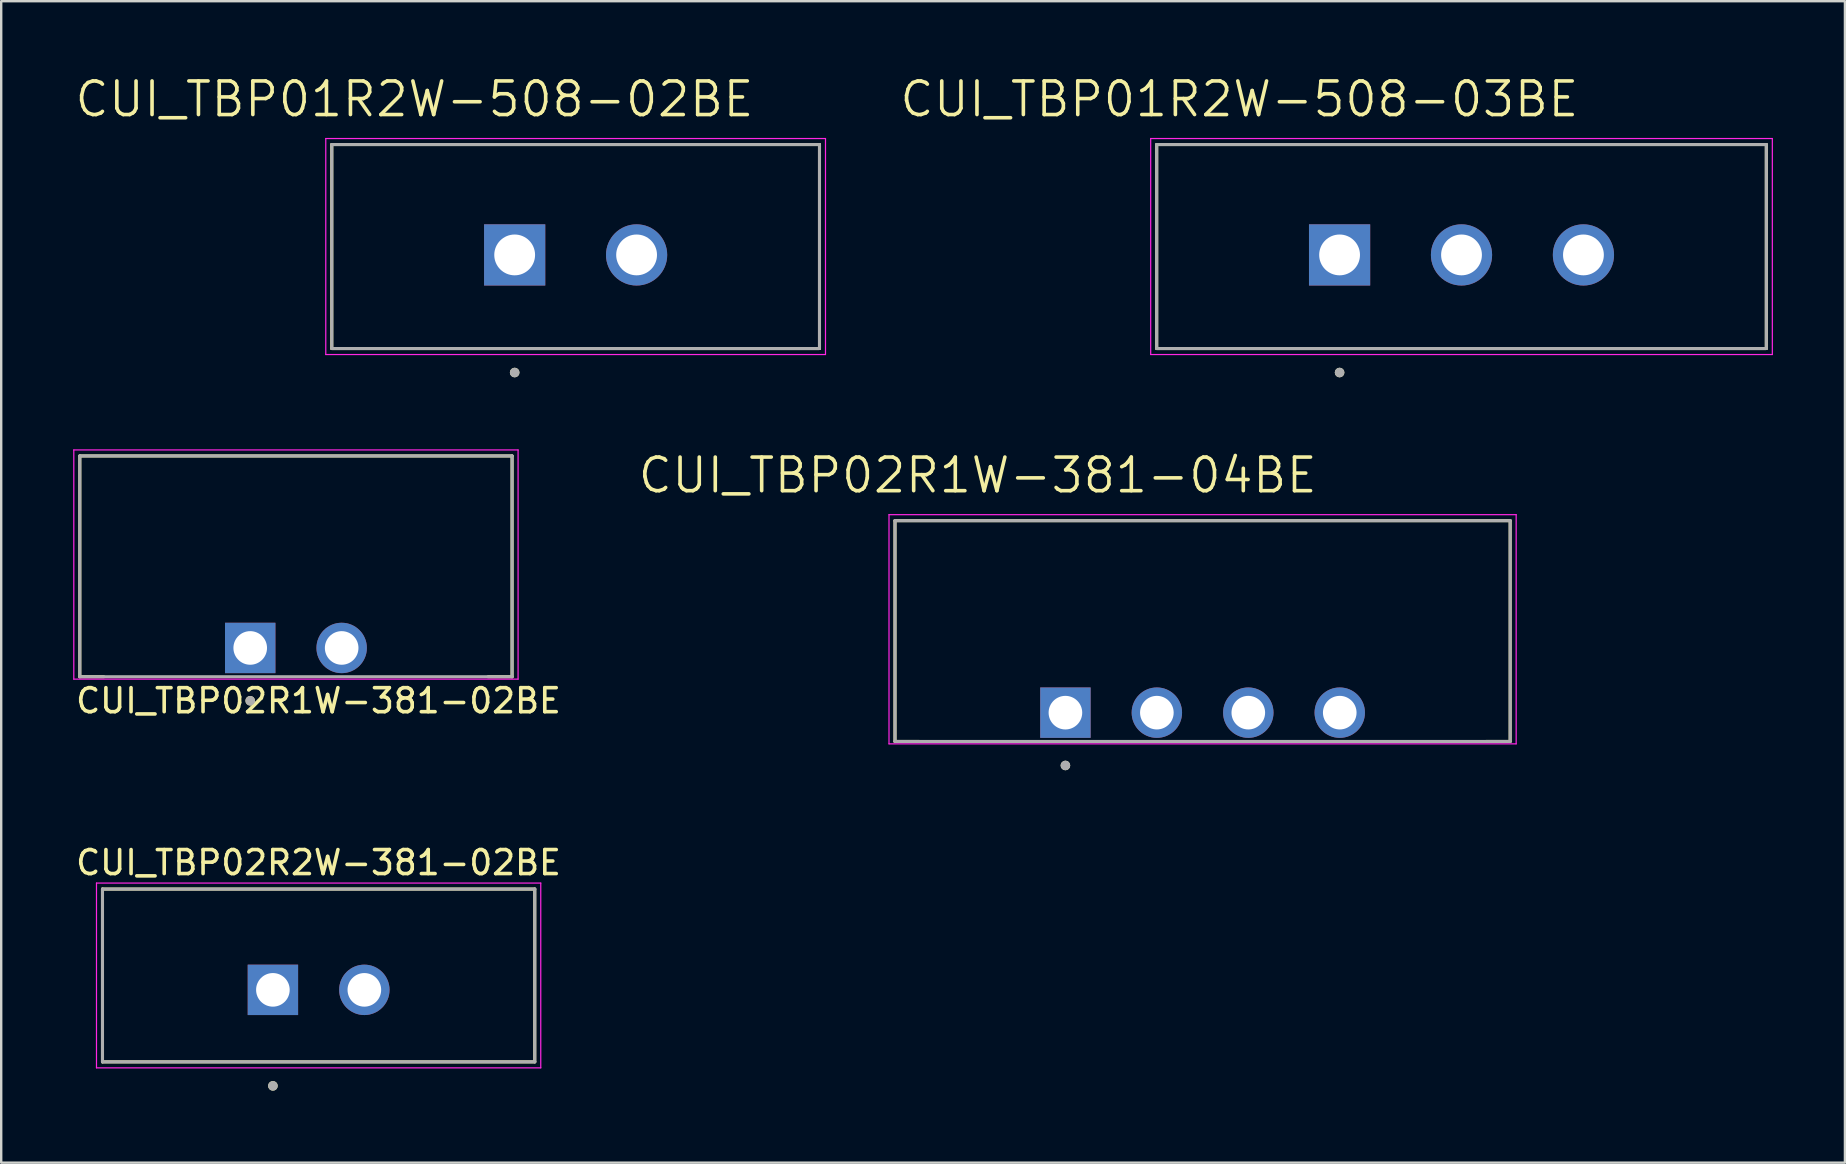
<source format=kicad_pcb>
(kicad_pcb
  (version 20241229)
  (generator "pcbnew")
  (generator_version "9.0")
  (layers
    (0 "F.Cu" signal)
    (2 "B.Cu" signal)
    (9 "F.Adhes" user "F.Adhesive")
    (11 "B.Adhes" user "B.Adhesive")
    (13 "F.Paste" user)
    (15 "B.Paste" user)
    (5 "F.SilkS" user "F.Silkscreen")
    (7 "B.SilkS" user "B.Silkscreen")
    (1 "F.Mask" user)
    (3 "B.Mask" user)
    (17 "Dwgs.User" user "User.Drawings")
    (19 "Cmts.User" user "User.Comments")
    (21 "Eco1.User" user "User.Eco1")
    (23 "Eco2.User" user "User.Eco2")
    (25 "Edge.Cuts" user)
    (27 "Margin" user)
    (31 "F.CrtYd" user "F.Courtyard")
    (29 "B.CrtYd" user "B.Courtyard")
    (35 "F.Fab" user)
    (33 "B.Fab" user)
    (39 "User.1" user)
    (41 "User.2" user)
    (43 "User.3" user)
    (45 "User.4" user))
  (footprint "CUI_TBP01R2W-508-02BE"
    (layer "F.Cu")
    (at 18.393 7.571)
    (property "Reference" "CUI_TBP01R2W-508-02BE" (at -4.175 -6.489 0) (layer "F.SilkS") (effects (font (size 1.4 1.4) (thickness 0.15))))
    (attr through_hole)
    (fp_line (start -7.62 -4.6) (end 12.7 -4.6) (stroke (width 0.127) (type solid)) (layer "F.SilkS"))
    (fp_line (start -7.62 3.9) (end -7.62 -4.6) (stroke (width 0.127) (type solid)) (layer "F.SilkS"))
    (fp_line (start 12.7 -4.6) (end 12.7 3.9) (stroke (width 0.127) (type solid)) (layer "F.SilkS"))
    (fp_line (start 12.7 3.9) (end -7.62 3.9) (stroke (width 0.127) (type solid)) (layer "F.SilkS"))
    (fp_circle (center 0 4.9) (end 0.1 4.9) (stroke (width 0.2) (type solid)) (fill no) (layer "F.SilkS"))
    (fp_line (start -7.87 -4.85) (end 12.95 -4.85) (stroke (width 0.05) (type solid)) (layer "F.CrtYd"))
    (fp_line (start -7.87 4.15) (end -7.87 -4.85) (stroke (width 0.05) (type solid)) (layer "F.CrtYd"))
    (fp_line (start 12.95 -4.85) (end 12.95 4.15) (stroke (width 0.05) (type solid)) (layer "F.CrtYd"))
    (fp_line (start 12.95 4.15) (end -7.87 4.15) (stroke (width 0.05) (type solid)) (layer "F.CrtYd"))
    (fp_line (start -7.62 -4.6) (end 12.7 -4.6) (stroke (width 0.127) (type solid)) (layer "F.Fab"))
    (fp_line (start -7.62 3.9) (end -7.62 -4.6) (stroke (width 0.127) (type solid)) (layer "F.Fab"))
    (fp_line (start 12.7 -4.6) (end 12.7 3.9) (stroke (width 0.127) (type solid)) (layer "F.Fab"))
    (fp_line (start 12.7 3.9) (end -7.62 3.9) (stroke (width 0.127) (type solid)) (layer "F.Fab"))
    (fp_circle (center 0 4.9) (end 0.1 4.9) (stroke (width 0.2) (type solid)) (fill no) (layer "F.Fab"))
    (pad "1" thru_hole rect (at 0 0) (size 2.55 2.55) (drill 1.7) (layers "*.Cu" "*.Mask"))
    (pad "2" thru_hole circle (at 5.08 0) (size 2.55 2.55) (drill 1.7) (layers "*.Cu" "*.Mask")))
  (footprint "CUI_TBP02R1W-381-02BE"
    (layer "F.Cu")
    (at 7.375 23.946)
    (property "Reference" "CUI_TBP02R1W-381-02BE" (at -7.35 2.2 0) (layer "F.SilkS") (effects (font (size 1 1) (thickness 0.15)) (justify left)))
    (attr through_hole)
    (fp_line (start -7.1 -8) (end 10.91 -8) (stroke (width 0.127) (type solid)) (layer "F.SilkS"))
    (fp_line (start -7.1 1.2) (end -7.1 -8) (stroke (width 0.127) (type solid)) (layer "F.SilkS"))
    (fp_line (start -7.1 1.2) (end -6.1 1.2) (stroke (width 0.127) (type solid)) (layer "F.SilkS"))
    (fp_line (start 10.91 -8) (end 10.91 1.2) (stroke (width 0.127) (type solid)) (layer "F.SilkS"))
    (fp_line (start 10.91 1.2) (end 9.91 1.2) (stroke (width 0.127) (type solid)) (layer "F.SilkS"))
    (fp_circle (center 0 2.2) (end 0.1 2.2) (stroke (width 0.2) (type solid)) (fill no) (layer "F.SilkS"))
    (fp_line (start -7.35 -8.25) (end 11.16 -8.25) (stroke (width 0.05) (type solid)) (layer "F.CrtYd"))
    (fp_line (start -7.35 1.3) (end -7.35 -8.25) (stroke (width 0.05) (type solid)) (layer "F.CrtYd"))
    (fp_line (start 11.16 -8.25) (end 11.16 1.3) (stroke (width 0.05) (type solid)) (layer "F.CrtYd"))
    (fp_line (start 11.16 1.3) (end -7.35 1.3) (stroke (width 0.05) (type solid)) (layer "F.CrtYd"))
    (fp_line (start -7.1 -8) (end 10.91 -8) (stroke (width 0.127) (type solid)) (layer "F.Fab"))
    (fp_line (start -7.1 1.2) (end -7.1 -8) (stroke (width 0.127) (type solid)) (layer "F.Fab"))
    (fp_line (start 10.91 -8) (end 10.91 1.2) (stroke (width 0.127) (type solid)) (layer "F.Fab"))
    (fp_line (start 10.91 1.2) (end -7.1 1.2) (stroke (width 0.127) (type solid)) (layer "F.Fab"))
    (fp_circle (center 0 2.2) (end 0.1 2.2) (stroke (width 0.2) (type solid)) (fill no) (layer "F.Fab"))
    (pad "1" thru_hole rect (at 0 0) (size 2.1 2.1) (drill 1.4) (layers "*.Cu" "*.Mask"))
    (pad "2" thru_hole circle (at 3.81 0) (size 2.1 2.1) (drill 1.4) (layers "*.Cu" "*.Mask")))
  (footprint "CUI_TBP02R2W-381-02BE"
    (layer "F.Cu")
    (at 8.32 38.191)
    (property "Reference" "CUI_TBP02R2W-381-02BE" (at 1.9 -5.3 0) (layer "F.SilkS") (effects (font (size 1 1) (thickness 0.15))))
    (attr through_hole)
    (fp_line (start -7.1 -4.2) (end 10.91 -4.2) (stroke (width 0.127) (type solid)) (layer "F.SilkS"))
    (fp_line (start -7.1 3) (end -7.1 -4.2) (stroke (width 0.127) (type solid)) (layer "F.SilkS"))
    (fp_line (start 10.91 -4.2) (end 10.91 3) (stroke (width 0.127) (type solid)) (layer "F.SilkS"))
    (fp_line (start 10.91 3) (end -7.1 3) (stroke (width 0.127) (type solid)) (layer "F.SilkS"))
    (fp_circle (center 0 4) (end 0.1 4) (stroke (width 0.2) (type solid)) (fill no) (layer "F.SilkS"))
    (fp_line (start -7.35 -4.45) (end 11.16 -4.45) (stroke (width 0.05) (type solid)) (layer "F.CrtYd"))
    (fp_line (start -7.35 3.25) (end -7.35 -4.45) (stroke (width 0.05) (type solid)) (layer "F.CrtYd"))
    (fp_line (start 11.16 -4.45) (end 11.16 3.25) (stroke (width 0.05) (type solid)) (layer "F.CrtYd"))
    (fp_line (start 11.16 3.25) (end -7.35 3.25) (stroke (width 0.05) (type solid)) (layer "F.CrtYd"))
    (fp_line (start -7.1 -4.2) (end 10.91 -4.2) (stroke (width 0.127) (type solid)) (layer "F.Fab"))
    (fp_line (start -7.1 3) (end -7.1 -4.2) (stroke (width 0.127) (type solid)) (layer "F.Fab"))
    (fp_line (start 10.91 -4.2) (end 10.91 3) (stroke (width 0.127) (type solid)) (layer "F.Fab"))
    (fp_line (start 10.91 3) (end -7.1 3) (stroke (width 0.127) (type solid)) (layer "F.Fab"))
    (fp_circle (center 0 4) (end 0.1 4) (stroke (width 0.2) (type solid)) (fill no) (layer "F.Fab"))
    (pad "1" thru_hole rect (at 0 0) (size 2.1 2.1) (drill 1.4) (layers "*.Cu" "*.Mask"))
    (pad "2" thru_hole circle (at 3.81 0) (size 2.1 2.1) (drill 1.4) (layers "*.Cu" "*.Mask")))
  (footprint "CUI_TBP01R2W-508-03BE"
    (layer "F.Cu")
    (at 52.762 7.571)
    (property "Reference" "CUI_TBP01R2W-508-03BE" (at -4.175 -6.489 0) (layer "F.SilkS") (effects (font (size 1.4 1.4) (thickness 0.15))))
    (attr through_hole)
    (fp_line (start -7.62 -4.6) (end 17.78 -4.6) (stroke (width 0.127) (type solid)) (layer "F.SilkS"))
    (fp_line (start -7.62 3.9) (end -7.62 -4.6) (stroke (width 0.127) (type solid)) (layer "F.SilkS"))
    (fp_line (start 17.78 -4.6) (end 17.78 3.9) (stroke (width 0.127) (type solid)) (layer "F.SilkS"))
    (fp_line (start 17.78 3.9) (end -7.62 3.9) (stroke (width 0.127) (type solid)) (layer "F.SilkS"))
    (fp_circle (center 0 4.9) (end 0.1 4.9) (stroke (width 0.2) (type solid)) (fill no) (layer "F.SilkS"))
    (fp_line (start -7.87 -4.85) (end 18.03 -4.85) (stroke (width 0.05) (type solid)) (layer "F.CrtYd"))
    (fp_line (start -7.87 4.15) (end -7.87 -4.85) (stroke (width 0.05) (type solid)) (layer "F.CrtYd"))
    (fp_line (start 18.03 -4.85) (end 18.03 4.15) (stroke (width 0.05) (type solid)) (layer "F.CrtYd"))
    (fp_line (start 18.03 4.15) (end -7.87 4.15) (stroke (width 0.05) (type solid)) (layer "F.CrtYd"))
    (fp_line (start -7.62 -4.6) (end 17.78 -4.6) (stroke (width 0.127) (type solid)) (layer "F.Fab"))
    (fp_line (start -7.62 3.9) (end -7.62 -4.6) (stroke (width 0.127) (type solid)) (layer "F.Fab"))
    (fp_line (start 17.78 -4.6) (end 17.78 3.9) (stroke (width 0.127) (type solid)) (layer "F.Fab"))
    (fp_line (start 17.78 3.9) (end -7.62 3.9) (stroke (width 0.127) (type solid)) (layer "F.Fab"))
    (fp_circle (center 0 4.9) (end 0.1 4.9) (stroke (width 0.2) (type solid)) (fill no) (layer "F.Fab"))
    (pad "1" thru_hole rect (at 0 0) (size 2.55 2.55) (drill 1.7) (layers "*.Cu" "*.Mask"))
    (pad "2" thru_hole circle (at 5.08 0) (size 2.55 2.55) (drill 1.7) (layers "*.Cu" "*.Mask"))
    (pad "3" thru_hole circle (at 10.16 0) (size 2.55 2.55) (drill 1.7) (layers "*.Cu" "*.Mask")))
  (footprint "CUI_TBP02R1W-381-04BE"
    (layer "F.Cu")
    (at 41.339 26.642)
    (property "Reference" "CUI_TBP02R1W-381-04BE" (at -3.655 -9.889 0) (layer "F.SilkS") (effects (font (size 1.4 1.4) (thickness 0.15))))
    (attr through_hole)
    (fp_line (start -7.1 -8) (end 18.53 -8) (stroke (width 0.127) (type solid)) (layer "F.SilkS"))
    (fp_line (start -7.1 1.2) (end -7.1 -8) (stroke (width 0.127) (type solid)) (layer "F.SilkS"))
    (fp_line (start -7.1 1.2) (end -6.1 1.2) (stroke (width 0.127) (type solid)) (layer "F.SilkS"))
    (fp_line (start 18.53 -8) (end 18.53 1.2) (stroke (width 0.127) (type solid)) (layer "F.SilkS"))
    (fp_line (start 18.53 1.2) (end 17.53 1.2) (stroke (width 0.127) (type solid)) (layer "F.SilkS"))
    (fp_circle (center 0 2.2) (end 0.1 2.2) (stroke (width 0.2) (type solid)) (fill no) (layer "F.SilkS"))
    (fp_line (start -7.35 -8.25) (end 18.78 -8.25) (stroke (width 0.05) (type solid)) (layer "F.CrtYd"))
    (fp_line (start -7.35 1.3) (end -7.35 -8.25) (stroke (width 0.05) (type solid)) (layer "F.CrtYd"))
    (fp_line (start 18.78 -8.25) (end 18.78 1.3) (stroke (width 0.05) (type solid)) (layer "F.CrtYd"))
    (fp_line (start 18.78 1.3) (end -7.35 1.3) (stroke (width 0.05) (type solid)) (layer "F.CrtYd"))
    (fp_line (start -7.1 -8) (end 18.53 -8) (stroke (width 0.127) (type solid)) (layer "F.Fab"))
    (fp_line (start -7.1 1.2) (end -7.1 -8) (stroke (width 0.127) (type solid)) (layer "F.Fab"))
    (fp_line (start 18.53 -8) (end 18.53 1.2) (stroke (width 0.127) (type solid)) (layer "F.Fab"))
    (fp_line (start 18.53 1.2) (end -7.1 1.2) (stroke (width 0.127) (type solid)) (layer "F.Fab"))
    (fp_circle (center 0 2.2) (end 0.1 2.2) (stroke (width 0.2) (type solid)) (fill no) (layer "F.Fab"))
    (pad "1" thru_hole rect (at 0 0) (size 2.1 2.1) (drill 1.4) (layers "*.Cu" "*.Mask"))
    (pad "2" thru_hole circle (at 3.81 0) (size 2.1 2.1) (drill 1.4) (layers "*.Cu" "*.Mask"))
    (pad "3" thru_hole circle (at 7.62 0) (size 2.1 2.1) (drill 1.4) (layers "*.Cu" "*.Mask"))
    (pad "4" thru_hole circle (at 11.43 0) (size 2.1 2.1) (drill 1.4) (layers "*.Cu" "*.Mask")))
  (gr_rect
    (start -3 -3)
    (end 73.817 45.391)
    (stroke (width 0.1) (type default))
    (fill no)
    (layer "Edge.Cuts")))
</source>
